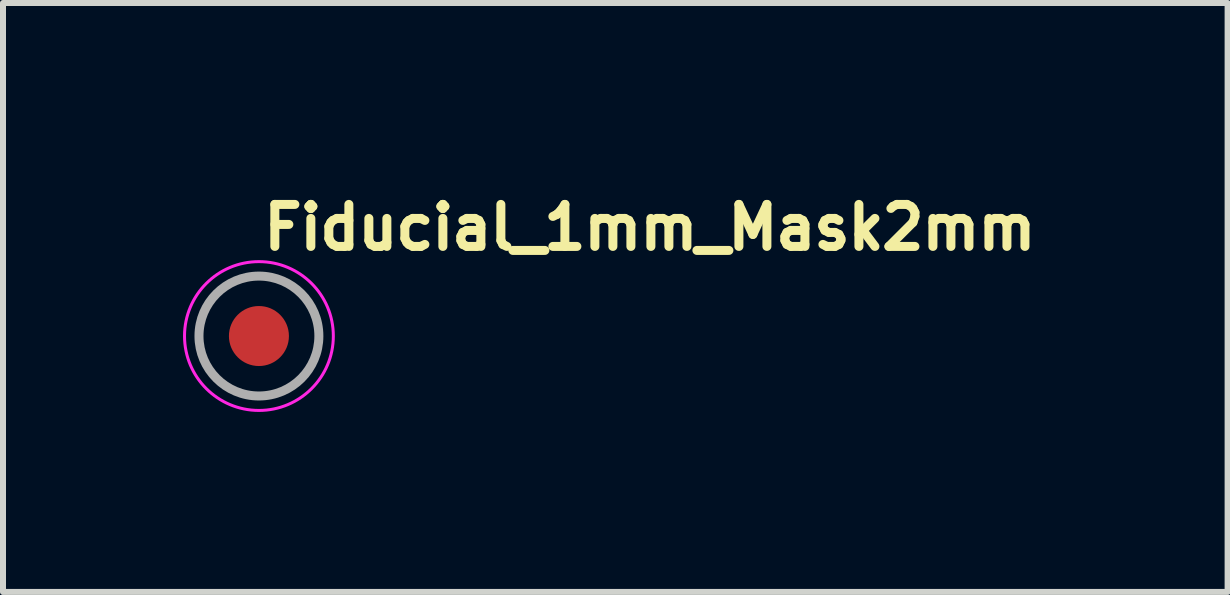
<source format=kicad_pcb>
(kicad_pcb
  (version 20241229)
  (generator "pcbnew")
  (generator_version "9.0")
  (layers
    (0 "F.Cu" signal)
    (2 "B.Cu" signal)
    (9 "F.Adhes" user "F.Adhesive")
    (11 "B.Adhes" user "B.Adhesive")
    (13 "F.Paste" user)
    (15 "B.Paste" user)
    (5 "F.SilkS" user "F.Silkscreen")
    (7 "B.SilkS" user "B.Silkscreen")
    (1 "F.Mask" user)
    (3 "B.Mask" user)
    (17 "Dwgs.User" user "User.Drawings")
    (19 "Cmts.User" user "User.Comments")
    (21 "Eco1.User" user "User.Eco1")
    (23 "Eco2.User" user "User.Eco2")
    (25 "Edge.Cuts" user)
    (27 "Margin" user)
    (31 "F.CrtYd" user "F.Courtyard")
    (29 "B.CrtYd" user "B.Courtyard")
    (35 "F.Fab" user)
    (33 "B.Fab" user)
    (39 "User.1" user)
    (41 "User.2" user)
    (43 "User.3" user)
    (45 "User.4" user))
  (footprint "Fiducial_1mm_Mask2mm"
    (layer "F.Cu")
    (at 1.265 2.55)
    (property "Reference" "Fiducial_1mm_Mask2mm" (at 0 -1.4 0) (layer "F.SilkS") (effects (font (size 0.7 0.7) (thickness 0.15)) (justify left bottom)))
    (attr exclude_from_pos_files exclude_from_bom)
    (fp_circle (center 0 0) (end 1.24 0) (stroke (width 0.05) (type solid)) (fill no) (layer "F.CrtYd"))
    (fp_circle (center 0 0) (end 0.999 0) (stroke (width 0.15) (type solid)) (fill no) (layer "F.Fab"))
    (pad "" smd circle (at 0 0) (size 1 1) (layers "F.Cu" "F.Mask")))
  (gr_rect
    (start -3 -3)
    (end 17.408 6.815)
    (stroke (width 0.1) (type default))
    (fill no)
    (layer "Edge.Cuts")))
</source>
